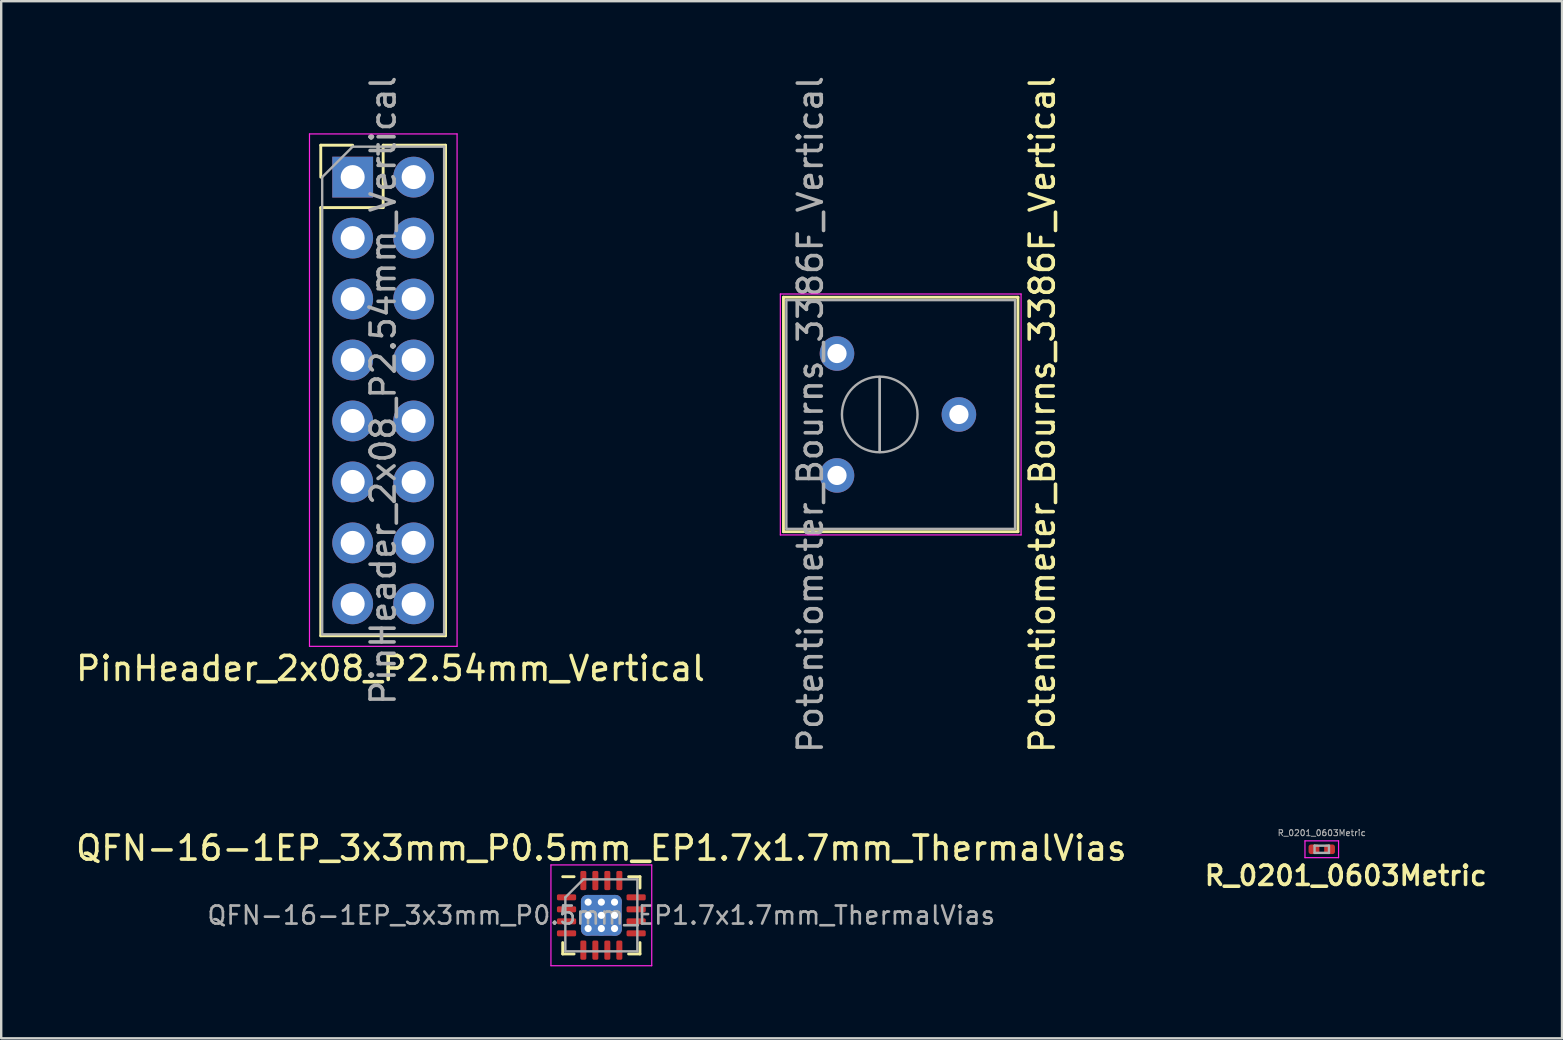
<source format=kicad_pcb>
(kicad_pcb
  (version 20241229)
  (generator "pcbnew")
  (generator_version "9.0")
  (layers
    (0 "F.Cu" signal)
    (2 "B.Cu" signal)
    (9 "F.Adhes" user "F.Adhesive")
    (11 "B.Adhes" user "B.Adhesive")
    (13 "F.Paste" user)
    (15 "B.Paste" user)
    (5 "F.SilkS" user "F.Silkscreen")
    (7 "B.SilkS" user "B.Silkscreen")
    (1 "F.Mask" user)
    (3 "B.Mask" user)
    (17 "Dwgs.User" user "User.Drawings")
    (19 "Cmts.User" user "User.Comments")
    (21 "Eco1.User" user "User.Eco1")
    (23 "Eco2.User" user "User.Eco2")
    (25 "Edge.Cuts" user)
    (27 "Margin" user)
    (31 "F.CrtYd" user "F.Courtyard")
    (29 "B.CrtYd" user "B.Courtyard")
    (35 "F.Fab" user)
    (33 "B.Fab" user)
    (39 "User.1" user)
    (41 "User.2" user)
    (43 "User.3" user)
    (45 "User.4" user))
  (footprint "Potentiometer_Bourns_3386F_Vertical"
    (layer "F.Cu")
    (at 31.825 16.76)
    (property "Reference" "Potentiometer_Bourns_3386F_Vertical" (at 8.555 -2.54 270) (layer "F.SilkS") (effects (font (size 1 1) (thickness 0.15))))
    (attr through_hole)
    (fp_line (start -2.23 -7.425) (end -2.23 2.345) (stroke (width 0.12) (type solid)) (layer "F.SilkS"))
    (fp_line (start -2.23 -7.425) (end 7.54 -7.425) (stroke (width 0.12) (type solid)) (layer "F.SilkS"))
    (fp_line (start -2.23 2.345) (end 7.54 2.345) (stroke (width 0.12) (type solid)) (layer "F.SilkS"))
    (fp_line (start 7.54 -7.425) (end 7.54 2.345) (stroke (width 0.12) (type solid)) (layer "F.SilkS"))
    (fp_line (start -2.36 -7.56) (end -2.36 2.48) (stroke (width 0.05) (type solid)) (layer "F.CrtYd"))
    (fp_line (start -2.36 2.48) (end 7.67 2.48) (stroke (width 0.05) (type solid)) (layer "F.CrtYd"))
    (fp_line (start 7.67 -7.56) (end -2.36 -7.56) (stroke (width 0.05) (type solid)) (layer "F.CrtYd"))
    (fp_line (start 7.67 2.48) (end 7.67 -7.56) (stroke (width 0.05) (type solid)) (layer "F.CrtYd"))
    (fp_line (start -2.11 -7.305) (end -2.11 2.225) (stroke (width 0.1) (type solid)) (layer "F.Fab"))
    (fp_line (start -2.11 2.225) (end 7.42 2.225) (stroke (width 0.1) (type solid)) (layer "F.Fab"))
    (fp_line (start 1.781 -0.98) (end 1.781 -4.099) (stroke (width 0.1) (type solid)) (layer "F.Fab"))
    (fp_line (start 1.781 -0.98) (end 1.781 -4.099) (stroke (width 0.1) (type solid)) (layer "F.Fab"))
    (fp_line (start 7.42 -7.305) (end -2.11 -7.305) (stroke (width 0.1) (type solid)) (layer "F.Fab"))
    (fp_line (start 7.42 2.225) (end 7.42 -7.305) (stroke (width 0.1) (type solid)) (layer "F.Fab"))
    (fp_circle (center 1.781 -2.54) (end 3.356 -2.54) (stroke (width 0.1) (type solid)) (fill no) (layer "F.Fab"))
    (fp_text user "${REFERENCE}" (at -1.11 -2.54 270) (layer "F.Fab") (effects (font (size 1 1) (thickness 0.15))))
    (pad "1" thru_hole circle (at 0 0) (size 1.44 1.44) (drill 0.8) (layers "*.Cu" "*.Mask"))
    (pad "2" thru_hole circle (at 5.08 -2.54) (size 1.44 1.44) (drill 0.8) (layers "*.Cu" "*.Mask"))
    (pad "3" thru_hole circle (at 0 -5.08) (size 1.44 1.44) (drill 0.8) (layers "*.Cu" "*.Mask")))
  (footprint "R_0201_0603Metric"
    (layer "F.Cu")
    (at 52.024 32.337)
    (property "Reference" "R_0201_0603Metric" (at 1 1.1 180) (layer "F.SilkS") (effects (font (size 0.8 0.8) (thickness 0.15))))
    (attr smd)
    (fp_line (start -0.7 -0.35) (end 0.7 -0.35) (stroke (width 0.05) (type solid)) (layer "F.CrtYd"))
    (fp_line (start -0.7 0.35) (end -0.7 -0.35) (stroke (width 0.05) (type solid)) (layer "F.CrtYd"))
    (fp_line (start 0.7 -0.35) (end 0.7 0.35) (stroke (width 0.05) (type solid)) (layer "F.CrtYd"))
    (fp_line (start 0.7 0.35) (end -0.7 0.35) (stroke (width 0.05) (type solid)) (layer "F.CrtYd"))
    (fp_line (start -0.3 -0.15) (end 0.3 -0.15) (stroke (width 0.1) (type solid)) (layer "F.Fab"))
    (fp_line (start -0.3 0.15) (end -0.3 -0.15) (stroke (width 0.1) (type solid)) (layer "F.Fab"))
    (fp_line (start 0.3 -0.15) (end 0.3 0.15) (stroke (width 0.1) (type solid)) (layer "F.Fab"))
    (fp_line (start 0.3 0.15) (end -0.3 0.15) (stroke (width 0.1) (type solid)) (layer "F.Fab"))
    (fp_text user "${REFERENCE}" (at 0 -0.68 180) (layer "F.Fab") (effects (font (size 0.25 0.25) (thickness 0.04))))
    (pad "" smd roundrect (at -0.345 0) (size 0.318 0.36) (layers "F.Paste") (roundrect_rratio 0.25))
    (pad "" smd roundrect (at 0.345 0) (size 0.318 0.36) (layers "F.Paste") (roundrect_rratio 0.25))
    (pad "1" smd roundrect (at -0.325 0) (size 0.45 0.4) (layers "F.Cu" "F.Mask") (roundrect_rratio 0.25))
    (pad "2" smd roundrect (at 0.325 0) (size 0.45 0.4) (layers "F.Cu" "F.Mask") (roundrect_rratio 0.25)))
  (footprint "PinHeader_2x08_P2.54mm_Vertical"
    (layer "F.Cu")
    (at 11.645 4.33)
    (property "Reference" "PinHeader_2x08_P2.54mm_Vertical" (at 1.575 20.475 0) (layer "F.SilkS") (effects (font (size 1 1) (thickness 0.15))))
    (attr through_hole)
    (fp_line (start -1.33 -1.33) (end 0 -1.33) (stroke (width 0.12) (type solid)) (layer "F.SilkS"))
    (fp_line (start -1.33 0) (end -1.33 -1.33) (stroke (width 0.12) (type solid)) (layer "F.SilkS"))
    (fp_line (start -1.33 1.27) (end -1.33 19.11) (stroke (width 0.12) (type solid)) (layer "F.SilkS"))
    (fp_line (start -1.33 1.27) (end 1.27 1.27) (stroke (width 0.12) (type solid)) (layer "F.SilkS"))
    (fp_line (start -1.33 19.11) (end 3.87 19.11) (stroke (width 0.12) (type solid)) (layer "F.SilkS"))
    (fp_line (start 1.27 -1.33) (end 3.87 -1.33) (stroke (width 0.12) (type solid)) (layer "F.SilkS"))
    (fp_line (start 1.27 1.27) (end 1.27 -1.33) (stroke (width 0.12) (type solid)) (layer "F.SilkS"))
    (fp_line (start 3.87 -1.33) (end 3.87 19.11) (stroke (width 0.12) (type solid)) (layer "F.SilkS"))
    (fp_line (start -1.8 -1.8) (end -1.8 19.55) (stroke (width 0.05) (type solid)) (layer "F.CrtYd"))
    (fp_line (start -1.8 19.55) (end 4.35 19.55) (stroke (width 0.05) (type solid)) (layer "F.CrtYd"))
    (fp_line (start 4.35 -1.8) (end -1.8 -1.8) (stroke (width 0.05) (type solid)) (layer "F.CrtYd"))
    (fp_line (start 4.35 19.55) (end 4.35 -1.8) (stroke (width 0.05) (type solid)) (layer "F.CrtYd"))
    (fp_line (start -1.27 0) (end 0 -1.27) (stroke (width 0.1) (type solid)) (layer "F.Fab"))
    (fp_line (start -1.27 19.05) (end -1.27 0) (stroke (width 0.1) (type solid)) (layer "F.Fab"))
    (fp_line (start 0 -1.27) (end 3.81 -1.27) (stroke (width 0.1) (type solid)) (layer "F.Fab"))
    (fp_line (start 3.81 -1.27) (end 3.81 19.05) (stroke (width 0.1) (type solid)) (layer "F.Fab"))
    (fp_line (start 3.81 19.05) (end -1.27 19.05) (stroke (width 0.1) (type solid)) (layer "F.Fab"))
    (fp_text user "${REFERENCE}" (at 1.27 8.89 90) (layer "F.Fab") (effects (font (size 1 1) (thickness 0.15))))
    (pad "1" thru_hole rect (at 0 0) (size 1.7 1.7) (drill 1) (layers "*.Cu" "*.Mask"))
    (pad "2" thru_hole oval (at 2.54 0) (size 1.7 1.7) (drill 1) (layers "*.Cu" "*.Mask"))
    (pad "3" thru_hole oval (at 0 2.54) (size 1.7 1.7) (drill 1) (layers "*.Cu" "*.Mask"))
    (pad "4" thru_hole oval (at 2.54 2.54) (size 1.7 1.7) (drill 1) (layers "*.Cu" "*.Mask"))
    (pad "5" thru_hole oval (at 0 5.08) (size 1.7 1.7) (drill 1) (layers "*.Cu" "*.Mask"))
    (pad "6" thru_hole oval (at 2.54 5.08) (size 1.7 1.7) (drill 1) (layers "*.Cu" "*.Mask"))
    (pad "7" thru_hole oval (at 0 7.62) (size 1.7 1.7) (drill 1) (layers "*.Cu" "*.Mask"))
    (pad "8" thru_hole oval (at 2.54 7.62) (size 1.7 1.7) (drill 1) (layers "*.Cu" "*.Mask"))
    (pad "9" thru_hole oval (at 0 10.16) (size 1.7 1.7) (drill 1) (layers "*.Cu" "*.Mask"))
    (pad "10" thru_hole oval (at 2.54 10.16) (size 1.7 1.7) (drill 1) (layers "*.Cu" "*.Mask"))
    (pad "11" thru_hole oval (at 0 12.7) (size 1.7 1.7) (drill 1) (layers "*.Cu" "*.Mask"))
    (pad "12" thru_hole oval (at 2.54 12.7) (size 1.7 1.7) (drill 1) (layers "*.Cu" "*.Mask"))
    (pad "13" thru_hole oval (at 0 15.24) (size 1.7 1.7) (drill 1) (layers "*.Cu" "*.Mask"))
    (pad "14" thru_hole oval (at 2.54 15.24) (size 1.7 1.7) (drill 1) (layers "*.Cu" "*.Mask"))
    (pad "15" thru_hole oval (at 0 17.78) (size 1.7 1.7) (drill 1) (layers "*.Cu" "*.Mask"))
    (pad "16" thru_hole oval (at 2.54 17.78) (size 1.7 1.7) (drill 1) (layers "*.Cu" "*.Mask")))
  (footprint "QFN-16-1EP_3x3mm_P0.5mm_EP1.7x1.7mm_ThermalVias"
    (layer "F.Cu")
    (at 22.006 35.089)
    (property "Reference" "QFN-16-1EP_3x3mm_P0.5mm_EP1.7x1.7mm_ThermalVias" (at 0 -2.8 0) (layer "F.SilkS") (effects (font (size 1 1) (thickness 0.15))))
    (attr smd)
    (fp_line (start -1.61 1.61) (end -1.61 1.135) (stroke (width 0.12) (type solid)) (layer "F.SilkS"))
    (fp_line (start -1.135 -1.61) (end -1.61 -1.61) (stroke (width 0.12) (type solid)) (layer "F.SilkS"))
    (fp_line (start -1.135 1.61) (end -1.61 1.61) (stroke (width 0.12) (type solid)) (layer "F.SilkS"))
    (fp_line (start 1.135 -1.61) (end 1.61 -1.61) (stroke (width 0.12) (type solid)) (layer "F.SilkS"))
    (fp_line (start 1.135 1.61) (end 1.61 1.61) (stroke (width 0.12) (type solid)) (layer "F.SilkS"))
    (fp_line (start 1.61 -1.61) (end 1.61 -1.135) (stroke (width 0.12) (type solid)) (layer "F.SilkS"))
    (fp_line (start 1.61 1.61) (end 1.61 1.135) (stroke (width 0.12) (type solid)) (layer "F.SilkS"))
    (fp_line (start -2.1 -2.1) (end -2.1 2.1) (stroke (width 0.05) (type solid)) (layer "F.CrtYd"))
    (fp_line (start -2.1 2.1) (end 2.1 2.1) (stroke (width 0.05) (type solid)) (layer "F.CrtYd"))
    (fp_line (start 2.1 -2.1) (end -2.1 -2.1) (stroke (width 0.05) (type solid)) (layer "F.CrtYd"))
    (fp_line (start 2.1 2.1) (end 2.1 -2.1) (stroke (width 0.05) (type solid)) (layer "F.CrtYd"))
    (fp_line (start -1.5 -0.75) (end -0.75 -1.5) (stroke (width 0.1) (type solid)) (layer "F.Fab"))
    (fp_line (start -1.5 1.5) (end -1.5 -0.75) (stroke (width 0.1) (type solid)) (layer "F.Fab"))
    (fp_line (start -0.75 -1.5) (end 1.5 -1.5) (stroke (width 0.1) (type solid)) (layer "F.Fab"))
    (fp_line (start 1.5 -1.5) (end 1.5 1.5) (stroke (width 0.1) (type solid)) (layer "F.Fab"))
    (fp_line (start 1.5 1.5) (end -1.5 1.5) (stroke (width 0.1) (type solid)) (layer "F.Fab"))
    (fp_text user "${REFERENCE}" (at 0 0 0) (layer "F.Fab") (effects (font (size 0.75 0.75) (thickness 0.11))))
    (pad "" smd roundrect (at -0.425 -0.425) (size 0.74 0.74) (layers "F.Paste") (roundrect_rratio 0.25))
    (pad "" smd roundrect (at -0.425 0.425) (size 0.74 0.74) (layers "F.Paste") (roundrect_rratio 0.25))
    (pad "" smd roundrect (at 0.425 -0.425) (size 0.74 0.74) (layers "F.Paste") (roundrect_rratio 0.25))
    (pad "" smd roundrect (at 0.425 0.425) (size 0.74 0.74) (layers "F.Paste") (roundrect_rratio 0.25))
    (pad "1" smd roundrect (at -1.45 -0.75) (size 0.8 0.25) (layers "F.Cu" "F.Mask" "F.Paste") (roundrect_rratio 0.25))
    (pad "2" smd roundrect (at -1.45 -0.25) (size 0.8 0.25) (layers "F.Cu" "F.Mask" "F.Paste") (roundrect_rratio 0.25))
    (pad "3" smd roundrect (at -1.45 0.25) (size 0.8 0.25) (layers "F.Cu" "F.Mask" "F.Paste") (roundrect_rratio 0.25))
    (pad "4" smd roundrect (at -1.45 0.75) (size 0.8 0.25) (layers "F.Cu" "F.Mask" "F.Paste") (roundrect_rratio 0.25))
    (pad "5" smd roundrect (at -0.75 1.45) (size 0.25 0.8) (layers "F.Cu" "F.Mask" "F.Paste") (roundrect_rratio 0.25))
    (pad "6" smd roundrect (at -0.25 1.45) (size 0.25 0.8) (layers "F.Cu" "F.Mask" "F.Paste") (roundrect_rratio 0.25))
    (pad "7" smd roundrect (at 0.25 1.45) (size 0.25 0.8) (layers "F.Cu" "F.Mask" "F.Paste") (roundrect_rratio 0.25))
    (pad "8" smd roundrect (at 0.75 1.45) (size 0.25 0.8) (layers "F.Cu" "F.Mask" "F.Paste") (roundrect_rratio 0.25))
    (pad "9" smd roundrect (at 1.45 0.75) (size 0.8 0.25) (layers "F.Cu" "F.Mask" "F.Paste") (roundrect_rratio 0.25))
    (pad "10" smd roundrect (at 1.45 0.25) (size 0.8 0.25) (layers "F.Cu" "F.Mask" "F.Paste") (roundrect_rratio 0.25))
    (pad "11" smd roundrect (at 1.45 -0.25) (size 0.8 0.25) (layers "F.Cu" "F.Mask" "F.Paste") (roundrect_rratio 0.25))
    (pad "12" smd roundrect (at 1.45 -0.75) (size 0.8 0.25) (layers "F.Cu" "F.Mask" "F.Paste") (roundrect_rratio 0.25))
    (pad "13" smd roundrect (at 0.75 -1.45) (size 0.25 0.8) (layers "F.Cu" "F.Mask" "F.Paste") (roundrect_rratio 0.25))
    (pad "14" smd roundrect (at 0.25 -1.45) (size 0.25 0.8) (layers "F.Cu" "F.Mask" "F.Paste") (roundrect_rratio 0.25))
    (pad "15" smd roundrect (at -0.25 -1.45) (size 0.25 0.8) (layers "F.Cu" "F.Mask" "F.Paste") (roundrect_rratio 0.25))
    (pad "16" smd roundrect (at -0.75 -1.45) (size 0.25 0.8) (layers "F.Cu" "F.Mask" "F.Paste") (roundrect_rratio 0.25))
    (pad "17" thru_hole circle (at -0.55 -0.55) (size 0.6 0.6) (drill 0.3) (layers "*.Cu"))
    (pad "17" thru_hole circle (at -0.55 0) (size 0.6 0.6) (drill 0.3) (layers "*.Cu"))
    (pad "17" thru_hole circle (at -0.55 0.55) (size 0.6 0.6) (drill 0.3) (layers "*.Cu"))
    (pad "17" thru_hole circle (at 0 -0.55) (size 0.6 0.6) (drill 0.3) (layers "*.Cu"))
    (pad "17" thru_hole circle (at 0 0) (size 0.6 0.6) (drill 0.3) (layers "*.Cu"))
    (pad "17" smd roundrect (at 0 0) (size 1.7 1.7) (layers "F.Cu" "F.Mask") (roundrect_rratio 0.147))
    (pad "17" smd roundrect (at 0 0) (size 1.7 1.7) (layers "B.Cu") (roundrect_rratio 0.147))
    (pad "17" thru_hole circle (at 0 0.55) (size 0.6 0.6) (drill 0.3) (layers "*.Cu"))
    (pad "17" thru_hole circle (at 0.55 -0.55) (size 0.6 0.6) (drill 0.3) (layers "*.Cu"))
    (pad "17" thru_hole circle (at 0.55 0) (size 0.6 0.6) (drill 0.3) (layers "*.Cu"))
    (pad "17" thru_hole circle (at 0.55 0.55) (size 0.6 0.6) (drill 0.3) (layers "*.Cu")))
  (gr_rect
    (start -3 -3)
    (end 62.035 40.214)
    (stroke (width 0.1) (type default))
    (fill no)
    (layer "Edge.Cuts")))
</source>
